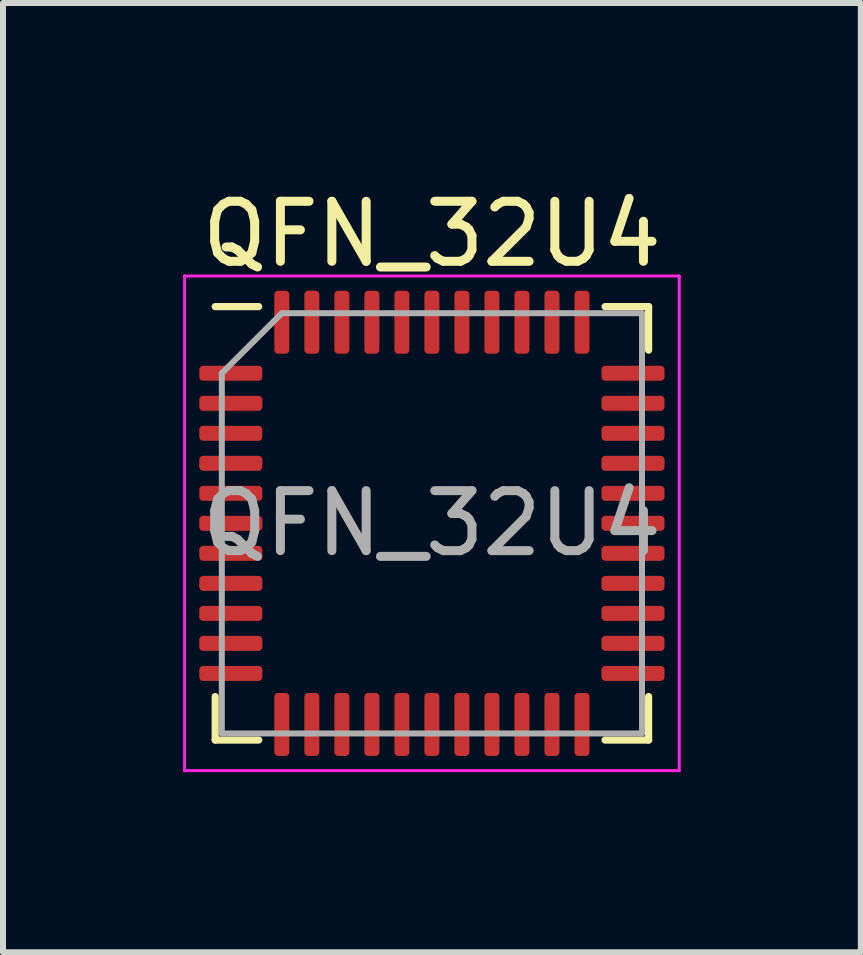
<source format=kicad_pcb>
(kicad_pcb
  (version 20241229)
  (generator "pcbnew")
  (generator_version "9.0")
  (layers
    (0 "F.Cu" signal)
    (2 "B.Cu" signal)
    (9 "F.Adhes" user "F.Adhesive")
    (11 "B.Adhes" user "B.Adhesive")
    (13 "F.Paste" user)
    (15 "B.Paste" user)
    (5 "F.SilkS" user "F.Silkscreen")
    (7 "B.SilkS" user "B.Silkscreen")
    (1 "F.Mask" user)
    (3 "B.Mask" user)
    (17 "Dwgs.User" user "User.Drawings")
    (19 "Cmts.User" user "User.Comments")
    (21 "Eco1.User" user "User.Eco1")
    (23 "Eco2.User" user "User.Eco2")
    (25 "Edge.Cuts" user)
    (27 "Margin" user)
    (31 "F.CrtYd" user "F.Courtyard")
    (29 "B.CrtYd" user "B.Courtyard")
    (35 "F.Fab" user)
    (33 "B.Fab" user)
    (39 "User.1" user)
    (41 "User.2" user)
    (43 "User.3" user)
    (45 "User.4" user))
  (footprint "QFN_32U4"
    (layer "F.Cu")
    (at 4.145 5.668)
    (property "Reference" "QFN_32U4" (at 0 -4.82 0) (layer "F.SilkS") (effects (font (size 1 1) (thickness 0.15))))
    (attr smd)
    (fp_line (start -3.61 3.61) (end -3.61 2.885) (stroke (width 0.12) (type solid)) (layer "F.SilkS"))
    (fp_line (start -2.885 -3.61) (end -3.61 -3.61) (stroke (width 0.12) (type solid)) (layer "F.SilkS"))
    (fp_line (start -2.885 3.61) (end -3.61 3.61) (stroke (width 0.12) (type solid)) (layer "F.SilkS"))
    (fp_line (start 2.885 -3.61) (end 3.61 -3.61) (stroke (width 0.12) (type solid)) (layer "F.SilkS"))
    (fp_line (start 2.885 3.61) (end 3.61 3.61) (stroke (width 0.12) (type solid)) (layer "F.SilkS"))
    (fp_line (start 3.61 -3.61) (end 3.61 -2.885) (stroke (width 0.12) (type solid)) (layer "F.SilkS"))
    (fp_line (start 3.61 3.61) (end 3.61 2.885) (stroke (width 0.12) (type solid)) (layer "F.SilkS"))
    (fp_line (start -4.12 -4.12) (end -4.12 4.12) (stroke (width 0.05) (type solid)) (layer "F.CrtYd"))
    (fp_line (start -4.12 4.12) (end 4.12 4.12) (stroke (width 0.05) (type solid)) (layer "F.CrtYd"))
    (fp_line (start 4.12 -4.12) (end -4.12 -4.12) (stroke (width 0.05) (type solid)) (layer "F.CrtYd"))
    (fp_line (start 4.12 4.12) (end 4.12 -4.12) (stroke (width 0.05) (type solid)) (layer "F.CrtYd"))
    (fp_line (start -3.5 -2.5) (end -2.5 -3.5) (stroke (width 0.1) (type solid)) (layer "F.Fab"))
    (fp_line (start -3.5 3.5) (end -3.5 -2.5) (stroke (width 0.1) (type solid)) (layer "F.Fab"))
    (fp_line (start -2.5 -3.5) (end 3.5 -3.5) (stroke (width 0.1) (type solid)) (layer "F.Fab"))
    (fp_line (start 3.5 -3.5) (end 3.5 3.5) (stroke (width 0.1) (type solid)) (layer "F.Fab"))
    (fp_line (start 3.5 3.5) (end -3.5 3.5) (stroke (width 0.1) (type solid)) (layer "F.Fab"))
    (fp_text user "${REFERENCE}" (at 0 0 0) (layer "F.Fab") (effects (font (size 1 1) (thickness 0.15))))
    (pad "1" smd roundrect (at -3.35 -2.5) (size 1.05 0.25) (layers "F.Cu" "F.Mask" "F.Paste") (roundrect_rratio 0.25))
    (pad "2" smd roundrect (at -3.35 -2) (size 1.05 0.25) (layers "F.Cu" "F.Mask" "F.Paste") (roundrect_rratio 0.25))
    (pad "3" smd roundrect (at -3.35 -1.5) (size 1.05 0.25) (layers "F.Cu" "F.Mask" "F.Paste") (roundrect_rratio 0.25))
    (pad "4" smd roundrect (at -3.35 -1) (size 1.05 0.25) (layers "F.Cu" "F.Mask" "F.Paste") (roundrect_rratio 0.25))
    (pad "5" smd roundrect (at -3.35 -0.5) (size 1.05 0.25) (layers "F.Cu" "F.Mask" "F.Paste") (roundrect_rratio 0.25))
    (pad "6" smd roundrect (at -3.35 0) (size 1.05 0.25) (layers "F.Cu" "F.Mask" "F.Paste") (roundrect_rratio 0.25))
    (pad "7" smd roundrect (at -3.35 0.5) (size 1.05 0.25) (layers "F.Cu" "F.Mask" "F.Paste") (roundrect_rratio 0.25))
    (pad "8" smd roundrect (at -3.35 1) (size 1.05 0.25) (layers "F.Cu" "F.Mask" "F.Paste") (roundrect_rratio 0.25))
    (pad "9" smd roundrect (at -3.35 1.5) (size 1.05 0.25) (layers "F.Cu" "F.Mask" "F.Paste") (roundrect_rratio 0.25))
    (pad "10" smd roundrect (at -3.35 2) (size 1.05 0.25) (layers "F.Cu" "F.Mask" "F.Paste") (roundrect_rratio 0.25))
    (pad "11" smd roundrect (at -3.35 2.5) (size 1.05 0.25) (layers "F.Cu" "F.Mask" "F.Paste") (roundrect_rratio 0.25))
    (pad "12" smd roundrect (at -2.5 3.35) (size 0.25 1.05) (layers "F.Cu" "F.Mask" "F.Paste") (roundrect_rratio 0.25))
    (pad "13" smd roundrect (at -2 3.35) (size 0.25 1.05) (layers "F.Cu" "F.Mask" "F.Paste") (roundrect_rratio 0.25))
    (pad "14" smd roundrect (at -1.5 3.35) (size 0.25 1.05) (layers "F.Cu" "F.Mask" "F.Paste") (roundrect_rratio 0.25))
    (pad "15" smd roundrect (at -1 3.35) (size 0.25 1.05) (layers "F.Cu" "F.Mask" "F.Paste") (roundrect_rratio 0.25))
    (pad "16" smd roundrect (at -0.5 3.35) (size 0.25 1.05) (layers "F.Cu" "F.Mask" "F.Paste") (roundrect_rratio 0.25))
    (pad "17" smd roundrect (at 0 3.35) (size 0.25 1.05) (layers "F.Cu" "F.Mask" "F.Paste") (roundrect_rratio 0.25))
    (pad "18" smd roundrect (at 0.5 3.35) (size 0.25 1.05) (layers "F.Cu" "F.Mask" "F.Paste") (roundrect_rratio 0.25))
    (pad "19" smd roundrect (at 1 3.35) (size 0.25 1.05) (layers "F.Cu" "F.Mask" "F.Paste") (roundrect_rratio 0.25))
    (pad "20" smd roundrect (at 1.5 3.35) (size 0.25 1.05) (layers "F.Cu" "F.Mask" "F.Paste") (roundrect_rratio 0.25))
    (pad "21" smd roundrect (at 2 3.35) (size 0.25 1.05) (layers "F.Cu" "F.Mask" "F.Paste") (roundrect_rratio 0.25))
    (pad "22" smd roundrect (at 2.5 3.35) (size 0.25 1.05) (layers "F.Cu" "F.Mask" "F.Paste") (roundrect_rratio 0.25))
    (pad "23" smd roundrect (at 3.35 2.5) (size 1.05 0.25) (layers "F.Cu" "F.Mask" "F.Paste") (roundrect_rratio 0.25))
    (pad "24" smd roundrect (at 3.35 2) (size 1.05 0.25) (layers "F.Cu" "F.Mask" "F.Paste") (roundrect_rratio 0.25))
    (pad "25" smd roundrect (at 3.35 1.5) (size 1.05 0.25) (layers "F.Cu" "F.Mask" "F.Paste") (roundrect_rratio 0.25))
    (pad "26" smd roundrect (at 3.35 1) (size 1.05 0.25) (layers "F.Cu" "F.Mask" "F.Paste") (roundrect_rratio 0.25))
    (pad "27" smd roundrect (at 3.35 0.5) (size 1.05 0.25) (layers "F.Cu" "F.Mask" "F.Paste") (roundrect_rratio 0.25))
    (pad "28" smd roundrect (at 3.35 0) (size 1.05 0.25) (layers "F.Cu" "F.Mask" "F.Paste") (roundrect_rratio 0.25))
    (pad "29" smd roundrect (at 3.35 -0.5) (size 1.05 0.25) (layers "F.Cu" "F.Mask" "F.Paste") (roundrect_rratio 0.25))
    (pad "30" smd roundrect (at 3.35 -1) (size 1.05 0.25) (layers "F.Cu" "F.Mask" "F.Paste") (roundrect_rratio 0.25))
    (pad "31" smd roundrect (at 3.35 -1.5) (size 1.05 0.25) (layers "F.Cu" "F.Mask" "F.Paste") (roundrect_rratio 0.25))
    (pad "32" smd roundrect (at 3.35 -2) (size 1.05 0.25) (layers "F.Cu" "F.Mask" "F.Paste") (roundrect_rratio 0.25))
    (pad "33" smd roundrect (at 3.35 -2.5) (size 1.05 0.25) (layers "F.Cu" "F.Mask" "F.Paste") (roundrect_rratio 0.25))
    (pad "34" smd roundrect (at 2.5 -3.35) (size 0.25 1.05) (layers "F.Cu" "F.Mask" "F.Paste") (roundrect_rratio 0.25))
    (pad "35" smd roundrect (at 2 -3.35) (size 0.25 1.05) (layers "F.Cu" "F.Mask" "F.Paste") (roundrect_rratio 0.25))
    (pad "36" smd roundrect (at 1.5 -3.35) (size 0.25 1.05) (layers "F.Cu" "F.Mask" "F.Paste") (roundrect_rratio 0.25))
    (pad "37" smd roundrect (at 1 -3.35) (size 0.25 1.05) (layers "F.Cu" "F.Mask" "F.Paste") (roundrect_rratio 0.25))
    (pad "38" smd roundrect (at 0.5 -3.35) (size 0.25 1.05) (layers "F.Cu" "F.Mask" "F.Paste") (roundrect_rratio 0.25))
    (pad "39" smd roundrect (at 0 -3.35) (size 0.25 1.05) (layers "F.Cu" "F.Mask" "F.Paste") (roundrect_rratio 0.25))
    (pad "40" smd roundrect (at -0.5 -3.35) (size 0.25 1.05) (layers "F.Cu" "F.Mask" "F.Paste") (roundrect_rratio 0.25))
    (pad "41" smd roundrect (at -1 -3.35) (size 0.25 1.05) (layers "F.Cu" "F.Mask" "F.Paste") (roundrect_rratio 0.25))
    (pad "42" smd roundrect (at -1.5 -3.35) (size 0.25 1.05) (layers "F.Cu" "F.Mask" "F.Paste") (roundrect_rratio 0.25))
    (pad "43" smd roundrect (at -2 -3.35) (size 0.25 1.05) (layers "F.Cu" "F.Mask" "F.Paste") (roundrect_rratio 0.25))
    (pad "44" smd roundrect (at -2.5 -3.35) (size 0.25 1.05) (layers "F.Cu" "F.Mask" "F.Paste") (roundrect_rratio 0.25)))
  (gr_rect
    (start -3 -3)
    (end 11.29 12.813)
    (stroke (width 0.1) (type default))
    (fill no)
    (layer "Edge.Cuts")))
</source>
